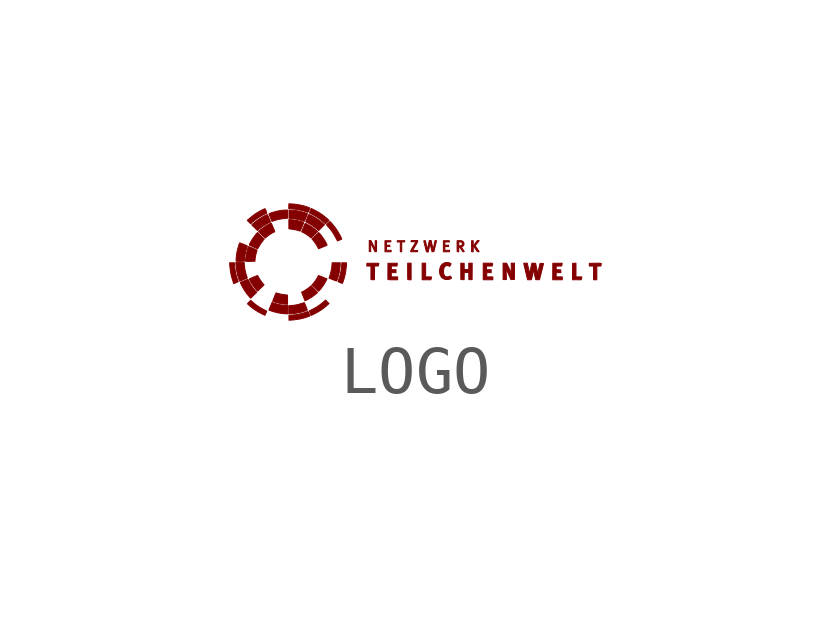
<source format=kicad_sym>
(kicad_symbol_lib
  (version 20220914)
  (generator "bitmap2component")
  (generator_version "9.0")
  (symbol "LOGO"
    (pin_names
      (offset 1.016))
    (property "Reference" "#G"
      (at 0 0.609 0)
      (effects (font (size 1.27 1.27)) hide))
    (symbol "LOGO_0_0"
      (polyline (pts (xy -2.668 -1.217) (xy -2.613 -1.212) (xy -2.539 -1.203) (xy -2.472 -1.192) (xy -2.41 -1.178) (xy -2.397 -1.174) (xy -2.379 -1.169) (xy -2.358 -1.162) (xy -2.336 -1.155) (xy -2.315 -1.148) (xy -2.296 -1.141) (xy -2.281 -1.135) (xy -2.271 -1.131) (xy -2.268 -1.129) (xy -2.269 -1.125) (xy -2.274 -1.114) (xy -2.28 -1.099) (xy -2.287 -1.081) (xy -2.293 -1.067) (xy -2.3 -1.051) (xy -2.305 -1.042) (xy -2.309 -1.038) (xy -2.313 -1.038) (xy -2.319 -1.04) (xy -2.332 -1.045) (xy -2.349 -1.051) (xy -2.369 -1.057) (xy -2.414 -1.072) (xy -2.486 -1.09) (xy -2.562 -1.104) (xy -2.644 -1.113) (xy -2.705 -1.118) (xy -2.705 -1.169) (xy -2.705 -1.219) (xy -2.668 -1.217)) (stroke (width 0.01) (type default)) (fill (type outline)))
      (polyline (pts (xy -2.229 -1.113) (xy -2.227 -1.113) (xy -2.216 -1.107) (xy -2.2 -1.1) (xy -2.181 -1.09) (xy -2.16 -1.08) (xy -2.152 -1.076) (xy -2.085 -1.037) (xy -2.018 -0.994) (xy -1.954 -0.946) (xy -1.897 -0.896) (xy -1.87 -0.871) (xy -1.906 -0.835) (xy -1.942 -0.799) (xy -1.984 -0.836) (xy -1.986 -0.838) (xy -2.03 -0.874) (xy -2.073 -0.906) (xy -2.116 -0.936) (xy -2.163 -0.964) (xy -2.215 -0.992) (xy -2.23 -0.999) (xy -2.249 -1.009) (xy -2.264 -1.017) (xy -2.275 -1.023) (xy -2.279 -1.025) (xy -2.278 -1.029) (xy -2.275 -1.04) (xy -2.269 -1.055) (xy -2.262 -1.073) (xy -2.244 -1.12) (xy -2.229 -1.113)) (stroke (width 0.01) (type default)) (fill (type outline)))
      (polyline (pts (xy -3.206 -1.114) (xy -3.201 -1.107) (xy -3.196 -1.094) (xy -3.189 -1.079) (xy -3.182 -1.063) (xy -3.176 -1.048) (xy -3.171 -1.037) (xy -3.17 -1.03) (xy -3.17 -1.03) (xy -3.174 -1.027) (xy -3.184 -1.021) (xy -3.197 -1.014) (xy -3.238 -0.994) (xy -3.29 -0.965) (xy -3.341 -0.933) (xy -3.392 -0.898) (xy -3.438 -0.862) (xy -3.478 -0.827) (xy -3.502 -0.804) (xy -3.536 -0.837) (xy -3.548 -0.849) (xy -3.559 -0.862) (xy -3.567 -0.871) (xy -3.57 -0.875) (xy -3.57 -0.876) (xy -3.566 -0.881) (xy -3.556 -0.891) (xy -3.541 -0.904) (xy -3.524 -0.919) (xy -3.504 -0.936) (xy -3.482 -0.953) (xy -3.461 -0.969) (xy -3.411 -1.005) (xy -3.345 -1.046) (xy -3.272 -1.085) (xy -3.259 -1.092) (xy -3.239 -1.102) (xy -3.223 -1.109) (xy -3.212 -1.114) (xy -3.207 -1.115) (xy -3.206 -1.114)) (stroke (width 0.01) (type default)) (fill (type outline)))
      (polyline (pts (xy -2.735 -0.999) (xy -2.735 -0.912) (xy -2.757 -0.912) (xy -2.78 -0.911) (xy -2.823 -0.907) (xy -2.87 -0.9) (xy -2.918 -0.891) (xy -2.966 -0.879) (xy -3.01 -0.866) (xy -3.058 -0.849) (xy -3.084 -0.909) (xy -3.091 -0.926) (xy -3.102 -0.952) (xy -3.11 -0.972) (xy -3.116 -0.987) (xy -3.12 -0.997) (xy -3.122 -1.003) (xy -3.122 -1.006) (xy -3.122 -1.008) (xy -3.121 -1.008) (xy -3.115 -1.012) (xy -3.101 -1.017) (xy -3.084 -1.023) (xy -3.063 -1.03) (xy -3.041 -1.037) (xy -3.018 -1.044) (xy -2.986 -1.052) (xy -2.927 -1.066) (xy -2.868 -1.076) (xy -2.812 -1.082) (xy -2.804 -1.083) (xy -2.784 -1.084) (xy -2.766 -1.085) (xy -2.753 -1.086) (xy -2.735 -1.086) (xy -2.735 -0.999)) (stroke (width 0.01) (type default)) (fill (type outline)))
      (polyline (pts (xy -2.662 -1.084) (xy -2.632 -1.082) (xy -2.592 -1.077) (xy -2.55 -1.071) (xy -2.508 -1.064) (xy -2.469 -1.056) (xy -2.436 -1.048) (xy -2.413 -1.041) (xy -2.387 -1.033) (xy -2.364 -1.025) (xy -2.345 -1.019) (xy -2.331 -1.013) (xy -2.325 -1.01) (xy -2.325 -1.005) (xy -2.328 -0.994) (xy -2.333 -0.977) (xy -2.342 -0.956) (xy -2.352 -0.93) (xy -2.353 -0.928) (xy -2.362 -0.904) (xy -2.371 -0.884) (xy -2.378 -0.868) (xy -2.382 -0.857) (xy -2.384 -0.853) (xy -2.384 -0.853) (xy -2.39 -0.854) (xy -2.401 -0.857) (xy -2.418 -0.862) (xy -2.438 -0.868) (xy -2.477 -0.88) (xy -2.511 -0.89) (xy -2.543 -0.897) (xy -2.575 -0.903) (xy -2.61 -0.908) (xy -2.651 -0.912) (xy -2.71 -0.917) (xy -2.71 -1.002) (xy -2.71 -1.087) (xy -2.662 -1.084)) (stroke (width 0.01) (type default)) (fill (type outline)))
      (polyline (pts (xy -2.735 -0.791) (xy -2.735 -0.695) (xy -2.751 -0.693) (xy -2.762 -0.692) (xy -2.779 -0.69) (xy -2.797 -0.688) (xy -2.826 -0.684) (xy -2.864 -0.677) (xy -2.902 -0.669) (xy -2.937 -0.659) (xy -2.943 -0.657) (xy -2.958 -0.653) (xy -2.969 -0.65) (xy -2.974 -0.65) (xy -2.974 -0.65) (xy -2.978 -0.657) (xy -2.984 -0.669) (xy -2.991 -0.687) (xy -3 -0.707) (xy -3.009 -0.73) (xy -3.018 -0.752) (xy -3.027 -0.774) (xy -3.034 -0.794) (xy -3.04 -0.81) (xy -3.044 -0.82) (xy -3.045 -0.825) (xy -3.042 -0.826) (xy -3.032 -0.83) (xy -3.018 -0.835) (xy -3 -0.842) (xy -2.994 -0.843) (xy -2.962 -0.853) (xy -2.924 -0.862) (xy -2.885 -0.87) (xy -2.846 -0.877) (xy -2.812 -0.881) (xy -2.808 -0.882) (xy -2.788 -0.883) (xy -2.769 -0.885) (xy -2.755 -0.885) (xy -2.735 -0.886) (xy -2.735 -0.791)) (stroke (width 0.01) (type default)) (fill (type outline)))
      (polyline (pts (xy -2.348 -0.802) (xy -2.322 -0.79) (xy -2.277 -0.766) (xy -2.228 -0.735) (xy -2.225 -0.733) (xy -2.207 -0.72) (xy -2.188 -0.706) (xy -2.168 -0.691) (xy -2.15 -0.676) (xy -2.134 -0.663) (xy -2.121 -0.651) (xy -2.112 -0.643) (xy -2.11 -0.639) (xy -2.111 -0.638) (xy -2.116 -0.631) (xy -2.126 -0.62) (xy -2.14 -0.605) (xy -2.157 -0.587) (xy -2.176 -0.567) (xy -2.242 -0.498) (xy -2.26 -0.515) (xy -2.275 -0.528) (xy -2.299 -0.547) (xy -2.326 -0.566) (xy -2.354 -0.585) (xy -2.382 -0.602) (xy -2.407 -0.616) (xy -2.427 -0.626) (xy -2.429 -0.626) (xy -2.438 -0.631) (xy -2.441 -0.634) (xy -2.441 -0.635) (xy -2.438 -0.643) (xy -2.433 -0.657) (xy -2.425 -0.676) (xy -2.416 -0.699) (xy -2.406 -0.725) (xy -2.371 -0.813) (xy -2.348 -0.802)) (stroke (width 0.01) (type default)) (fill (type outline)))
      (polyline (pts (xy -3.502 -0.758) (xy -3.498 -0.754) (xy -3.488 -0.745) (xy -3.475 -0.733) (xy -3.458 -0.716) (xy -3.44 -0.698) (xy -3.379 -0.638) (xy -3.411 -0.601) (xy -3.413 -0.599) (xy -3.464 -0.535) (xy -3.508 -0.468) (xy -3.544 -0.4) (xy -3.546 -0.394) (xy -3.554 -0.38) (xy -3.559 -0.372) (xy -3.564 -0.368) (xy -3.568 -0.368) (xy -3.571 -0.369) (xy -3.581 -0.373) (xy -3.596 -0.379) (xy -3.615 -0.387) (xy -3.637 -0.396) (xy -3.658 -0.405) (xy -3.678 -0.413) (xy -3.696 -0.421) (xy -3.708 -0.427) (xy -3.715 -0.43) (xy -3.716 -0.432) (xy -3.717 -0.436) (xy -3.715 -0.443) (xy -3.71 -0.455) (xy -3.702 -0.472) (xy -3.691 -0.495) (xy -3.685 -0.506) (xy -3.639 -0.588) (xy -3.586 -0.664) (xy -3.528 -0.734) (xy -3.525 -0.737) (xy -3.515 -0.748) (xy -3.507 -0.755) (xy -3.503 -0.758) (xy -3.502 -0.758)) (stroke (width 0.01) (type default)) (fill (type outline)))
      (polyline (pts (xy -3.36 -0.612) (xy -3.354 -0.606) (xy -3.343 -0.596) (xy -3.328 -0.582) (xy -3.311 -0.565) (xy -3.291 -0.546) (xy -3.224 -0.481) (xy -3.248 -0.455) (xy -3.274 -0.422) (xy -3.309 -0.373) (xy -3.338 -0.324) (xy -3.34 -0.32) (xy -3.349 -0.303) (xy -3.356 -0.293) (xy -3.361 -0.288) (xy -3.365 -0.287) (xy -3.373 -0.29) (xy -3.392 -0.298) (xy -3.414 -0.307) (xy -3.437 -0.316) (xy -3.461 -0.326) (xy -3.483 -0.336) (xy -3.502 -0.345) (xy -3.518 -0.352) (xy -3.528 -0.357) (xy -3.532 -0.36) (xy -3.532 -0.36) (xy -3.53 -0.367) (xy -3.524 -0.379) (xy -3.515 -0.396) (xy -3.506 -0.415) (xy -3.495 -0.434) (xy -3.494 -0.436) (xy -3.469 -0.475) (xy -3.44 -0.517) (xy -3.409 -0.557) (xy -3.396 -0.573) (xy -3.384 -0.588) (xy -3.375 -0.599) (xy -3.37 -0.605) (xy -3.365 -0.61) (xy -3.361 -0.612) (xy -3.36 -0.612)) (stroke (width 0.01) (type default)) (fill (type outline)))
      (polyline (pts (xy -2.081 -0.609) (xy -2.072 -0.6) (xy -2.059 -0.586) (xy -2.045 -0.569) (xy -2.03 -0.55) (xy -2.016 -0.531) (xy -2.002 -0.513) (xy -1.991 -0.496) (xy -1.987 -0.491) (xy -1.976 -0.474) (xy -1.964 -0.454) (xy -1.952 -0.433) (xy -1.94 -0.411) (xy -1.93 -0.392) (xy -1.921 -0.375) (xy -1.915 -0.363) (xy -1.913 -0.357) (xy -1.913 -0.356) (xy -1.917 -0.354) (xy -1.918 -0.353) (xy -1.925 -0.351) (xy -1.939 -0.346) (xy -1.958 -0.339) (xy -1.98 -0.33) (xy -2.005 -0.319) (xy -2.013 -0.316) (xy -2.037 -0.306) (xy -2.058 -0.298) (xy -2.075 -0.292) (xy -2.087 -0.288) (xy -2.092 -0.288) (xy -2.093 -0.288) (xy -2.096 -0.295) (xy -2.098 -0.302) (xy -2.104 -0.315) (xy -2.114 -0.333) (xy -2.127 -0.353) (xy -2.142 -0.376) (xy -2.157 -0.399) (xy -2.173 -0.42) (xy -2.188 -0.44) (xy -2.202 -0.457) (xy -2.213 -0.468) (xy -2.224 -0.479) (xy -2.157 -0.546) (xy -2.147 -0.556) (xy -2.129 -0.574) (xy -2.112 -0.59) (xy -2.099 -0.603) (xy -2.091 -0.611) (xy -2.087 -0.613) (xy -2.086 -0.613) (xy -2.081 -0.609)) (stroke (width 0.01) (type default)) (fill (type outline)))
      (polyline (pts (xy -3.81 -0.436) (xy -3.793 -0.429) (xy -3.778 -0.423) (xy -3.768 -0.418) (xy -3.763 -0.416) (xy -3.764 -0.414) (xy -3.766 -0.405) (xy -3.771 -0.392) (xy -3.777 -0.375) (xy -3.784 -0.356) (xy -3.8 -0.303) (xy -3.815 -0.244) (xy -3.826 -0.183) (xy -3.835 -0.12) (xy -3.841 -0.059) (xy -3.844 -0.021) (xy -3.893 -0.021) (xy -3.942 -0.021) (xy -3.939 -0.076) (xy -3.937 -0.105) (xy -3.927 -0.19) (xy -3.911 -0.277) (xy -3.888 -0.362) (xy -3.86 -0.444) (xy -3.856 -0.456) (xy -3.81 -0.436)) (stroke (width 0.01) (type default)) (fill (type outline)))
      (polyline (pts (xy -1.594 -0.451) (xy -1.59 -0.446) (xy -1.584 -0.433) (xy -1.577 -0.416) (xy -1.569 -0.394) (xy -1.561 -0.368) (xy -1.553 -0.341) (xy -1.545 -0.312) (xy -1.538 -0.284) (xy -1.532 -0.258) (xy -1.528 -0.238) (xy -1.522 -0.203) (xy -1.517 -0.164) (xy -1.512 -0.124) (xy -1.508 -0.087) (xy -1.505 -0.052) (xy -1.504 -0.025) (xy -1.507 -0.023) (xy -1.518 -0.022) (xy -1.533 -0.021) (xy -1.552 -0.021) (xy -1.601 -0.021) (xy -1.603 -0.035) (xy -1.604 -0.04) (xy -1.606 -0.054) (xy -1.606 -0.07) (xy -1.607 -0.09) (xy -1.61 -0.123) (xy -1.615 -0.159) (xy -1.621 -0.199) (xy -1.63 -0.238) (xy -1.639 -0.277) (xy -1.641 -0.287) (xy -1.645 -0.301) (xy -1.648 -0.313) (xy -1.652 -0.325) (xy -1.656 -0.337) (xy -1.662 -0.354) (xy -1.67 -0.376) (xy -1.674 -0.385) (xy -1.679 -0.4) (xy -1.682 -0.41) (xy -1.682 -0.415) (xy -1.68 -0.416) (xy -1.671 -0.42) (xy -1.657 -0.426) (xy -1.64 -0.433) (xy -1.628 -0.439) (xy -1.612 -0.445) (xy -1.601 -0.449) (xy -1.595 -0.451) (xy -1.594 -0.451)) (stroke (width 0.01) (type default)) (fill (type outline)))
      (polyline (pts (xy -3.73 -0.404) (xy -3.721 -0.401) (xy -3.707 -0.395) (xy -3.689 -0.388) (xy -3.669 -0.379) (xy -3.647 -0.37) (xy -3.626 -0.361) (xy -3.607 -0.353) (xy -3.591 -0.347) (xy -3.58 -0.342) (xy -3.576 -0.34) (xy -3.576 -0.338) (xy -3.578 -0.33) (xy -3.582 -0.317) (xy -3.588 -0.3) (xy -3.607 -0.236) (xy -3.626 -0.148) (xy -3.636 -0.059) (xy -3.639 -0.017) (xy -3.727 -0.017) (xy -3.814 -0.017) (xy -3.811 -0.059) (xy -3.805 -0.123) (xy -3.792 -0.209) (xy -3.772 -0.293) (xy -3.746 -0.374) (xy -3.744 -0.377) (xy -3.739 -0.391) (xy -3.734 -0.401) (xy -3.732 -0.405) (xy -3.73 -0.404)) (stroke (width 0.01) (type default)) (fill (type outline)))
      (polyline (pts (xy -1.713 -0.399) (xy -1.709 -0.395) (xy -1.705 -0.386) (xy -1.699 -0.372) (xy -1.692 -0.351) (xy -1.683 -0.324) (xy -1.678 -0.309) (xy -1.667 -0.267) (xy -1.657 -0.221) (xy -1.649 -0.173) (xy -1.642 -0.127) (xy -1.638 -0.084) (xy -1.636 -0.046) (xy -1.636 -0.021) (xy -1.72 -0.021) (xy -1.805 -0.021) (xy -1.808 -0.063) (xy -1.812 -0.11) (xy -1.821 -0.163) (xy -1.832 -0.218) (xy -1.846 -0.269) (xy -1.861 -0.316) (xy -1.865 -0.325) (xy -1.868 -0.336) (xy -1.868 -0.341) (xy -1.864 -0.343) (xy -1.853 -0.347) (xy -1.837 -0.354) (xy -1.817 -0.362) (xy -1.794 -0.371) (xy -1.774 -0.379) (xy -1.753 -0.388) (xy -1.735 -0.394) (xy -1.722 -0.398) (xy -1.716 -0.4) (xy -1.713 -0.399)) (stroke (width 0.01) (type default)) (fill (type outline)))
      (polyline (pts (xy -0.958 -0.374) (xy -0.922 -0.373) (xy -0.921 -0.231) (xy -0.92 -0.09) (xy -0.881 -0.088) (xy -0.842 -0.087) (xy -0.837 -0.062) (xy -0.834 -0.05) (xy -0.832 -0.038) (xy -0.831 -0.033) (xy -0.831 -0.033) (xy -0.838 -0.032) (xy -0.851 -0.031) (xy -0.871 -0.031) (xy -0.895 -0.031) (xy -0.924 -0.031) (xy -0.955 -0.031) (xy -1.08 -0.032) (xy -1.081 -0.061) (xy -1.083 -0.089) (xy -1.039 -0.089) (xy -0.995 -0.089) (xy -0.996 -0.227) (xy -0.996 -0.246) (xy -0.996 -0.278) (xy -0.996 -0.307) (xy -0.996 -0.332) (xy -0.996 -0.351) (xy -0.996 -0.364) (xy -0.995 -0.369) (xy -0.994 -0.371) (xy -0.988 -0.373) (xy -0.976 -0.374) (xy -0.958 -0.374)) (stroke (width 0.01) (type default)) (fill (type outline)))
      (polyline (pts (xy -0.439 -0.345) (xy -0.439 -0.315) (xy -0.505 -0.315) (xy -0.571 -0.315) (xy -0.571 -0.271) (xy -0.571 -0.226) (xy -0.522 -0.226) (xy -0.473 -0.226) (xy -0.473 -0.196) (xy -0.473 -0.166) (xy -0.522 -0.166) (xy -0.571 -0.166) (xy -0.571 -0.128) (xy -0.571 -0.089) (xy -0.512 -0.089) (xy -0.453 -0.089) (xy -0.45 -0.073) (xy -0.45 -0.073) (xy -0.448 -0.058) (xy -0.447 -0.044) (xy -0.447 -0.03) (xy -0.544 -0.031) (xy -0.641 -0.032) (xy -0.642 -0.198) (xy -0.642 -0.207) (xy -0.642 -0.243) (xy -0.643 -0.277) (xy -0.642 -0.307) (xy -0.642 -0.332) (xy -0.642 -0.351) (xy -0.642 -0.364) (xy -0.641 -0.369) (xy -0.641 -0.37) (xy -0.638 -0.371) (xy -0.631 -0.373) (xy -0.618 -0.374) (xy -0.599 -0.374) (xy -0.573 -0.375) (xy -0.539 -0.375) (xy -0.439 -0.375) (xy -0.439 -0.345)) (stroke (width 0.01) (type default)) (fill (type outline)))
      (polyline (pts (xy -0.158 -0.202) (xy -0.158 -0.03) (xy -0.194 -0.03) (xy -0.23 -0.03) (xy -0.23 -0.2) (xy -0.23 -0.212) (xy -0.23 -0.248) (xy -0.23 -0.282) (xy -0.229 -0.311) (xy -0.229 -0.336) (xy -0.228 -0.355) (xy -0.228 -0.367) (xy -0.227 -0.372) (xy -0.227 -0.372) (xy -0.22 -0.374) (xy -0.207 -0.374) (xy -0.191 -0.375) (xy -0.158 -0.375) (xy -0.158 -0.202)) (stroke (width 0.01) (type default)) (fill (type outline)))
      (polyline (pts (xy 0.258 -0.363) (xy 0.258 -0.363) (xy 0.261 -0.35) (xy 0.265 -0.337) (xy 0.265 -0.335) (xy 0.267 -0.324) (xy 0.268 -0.318) (xy 0.268 -0.318) (xy 0.26 -0.317) (xy 0.247 -0.316) (xy 0.228 -0.315) (xy 0.207 -0.315) (xy 0.145 -0.315) (xy 0.145 -0.172) (xy 0.145 -0.03) (xy 0.109 -0.03) (xy 0.072 -0.03) (xy 0.072 -0.202) (xy 0.072 -0.375) (xy 0.164 -0.375) (xy 0.255 -0.375) (xy 0.258 -0.363)) (stroke (width 0.01) (type default)) (fill (type outline)))
      (polyline (pts (xy 0.948 -0.373) (xy 0.949 -0.297) (xy 0.95 -0.222) (xy 0.997 -0.222) (xy 1.044 -0.222) (xy 1.045 -0.297) (xy 1.046 -0.373) (xy 1.08 -0.372) (xy 1.114 -0.372) (xy 1.115 -0.201) (xy 1.116 -0.03) (xy 1.08 -0.03) (xy 1.044 -0.03) (xy 1.044 -0.097) (xy 1.044 -0.164) (xy 0.997 -0.163) (xy 0.95 -0.161) (xy 0.949 -0.097) (xy 0.948 -0.032) (xy 0.913 -0.031) (xy 0.878 -0.029) (xy 0.878 -0.199) (xy 0.878 -0.212) (xy 0.878 -0.248) (xy 0.878 -0.281) (xy 0.878 -0.311) (xy 0.878 -0.336) (xy 0.879 -0.354) (xy 0.879 -0.367) (xy 0.88 -0.371) (xy 0.88 -0.371) (xy 0.887 -0.372) (xy 0.899 -0.373) (xy 0.915 -0.373) (xy 0.948 -0.373)) (stroke (width 0.01) (type default)) (fill (type outline)))
      (polyline (pts (xy 1.546 -0.345) (xy 1.546 -0.315) (xy 1.483 -0.315) (xy 1.419 -0.315) (xy 1.419 -0.271) (xy 1.419 -0.226) (xy 1.466 -0.226) (xy 1.512 -0.226) (xy 1.512 -0.196) (xy 1.512 -0.166) (xy 1.463 -0.166) (xy 1.414 -0.166) (xy 1.414 -0.128) (xy 1.414 -0.089) (xy 1.474 -0.089) (xy 1.533 -0.089) (xy 1.538 -0.068) (xy 1.538 -0.065) (xy 1.541 -0.054) (xy 1.542 -0.045) (xy 1.542 -0.039) (xy 1.538 -0.034) (xy 1.531 -0.032) (xy 1.519 -0.03) (xy 1.501 -0.03) (xy 1.476 -0.03) (xy 1.444 -0.03) (xy 1.346 -0.03) (xy 1.346 -0.202) (xy 1.346 -0.375) (xy 1.446 -0.375) (xy 1.546 -0.375) (xy 1.546 -0.345)) (stroke (width 0.01) (type default)) (fill (type outline)))
      (polyline (pts (xy 2.331 -0.375) (xy 2.342 -0.374) (xy 2.349 -0.373) (xy 2.352 -0.37) (xy 2.354 -0.365) (xy 2.358 -0.346) (xy 2.365 -0.313) (xy 2.37 -0.287) (xy 2.374 -0.265) (xy 2.378 -0.246) (xy 2.381 -0.229) (xy 2.384 -0.211) (xy 2.387 -0.196) (xy 2.39 -0.181) (xy 2.393 -0.17) (xy 2.394 -0.166) (xy 2.396 -0.168) (xy 2.398 -0.175) (xy 2.4 -0.187) (xy 2.402 -0.197) (xy 2.405 -0.215) (xy 2.41 -0.238) (xy 2.416 -0.266) (xy 2.423 -0.298) (xy 2.431 -0.331) (xy 2.439 -0.365) (xy 2.439 -0.366) (xy 2.441 -0.37) (xy 2.444 -0.373) (xy 2.45 -0.374) (xy 2.462 -0.374) (xy 2.48 -0.374) (xy 2.519 -0.373) (xy 2.561 -0.209) (xy 2.564 -0.198) (xy 2.573 -0.162) (xy 2.581 -0.13) (xy 2.588 -0.101) (xy 2.594 -0.076) (xy 2.599 -0.057) (xy 2.602 -0.044) (xy 2.603 -0.039) (xy 2.603 -0.038) (xy 2.598 -0.036) (xy 2.586 -0.035) (xy 2.567 -0.034) (xy 2.531 -0.034) (xy 2.527 -0.05) (xy 2.525 -0.055) (xy 2.521 -0.072) (xy 2.516 -0.095) (xy 2.51 -0.12) (xy 2.505 -0.147) (xy 2.499 -0.172) (xy 2.495 -0.196) (xy 2.491 -0.215) (xy 2.49 -0.227) (xy 2.488 -0.238) (xy 2.486 -0.248) (xy 2.484 -0.254) (xy 2.482 -0.252) (xy 2.48 -0.245) (xy 2.478 -0.233) (xy 2.476 -0.221) (xy 2.473 -0.202) (xy 2.468 -0.18) (xy 2.464 -0.158) (xy 2.46 -0.137) (xy 2.454 -0.112) (xy 2.45 -0.087) (xy 2.446 -0.068) (xy 2.438 -0.032) (xy 2.4 -0.031) (xy 2.361 -0.029) (xy 2.352 -0.069) (xy 2.346 -0.093) (xy 2.339 -0.125) (xy 2.333 -0.156) (xy 2.326 -0.185) (xy 2.321 -0.211) (xy 2.317 -0.231) (xy 2.315 -0.245) (xy 2.314 -0.253) (xy 2.312 -0.26) (xy 2.311 -0.26) (xy 2.311 -0.259) (xy 2.309 -0.25) (xy 2.307 -0.236) (xy 2.305 -0.219) (xy 2.303 -0.209) (xy 2.299 -0.189) (xy 2.294 -0.164) (xy 2.289 -0.137) (xy 2.283 -0.11) (xy 2.278 -0.086) (xy 2.273 -0.065) (xy 2.27 -0.048) (xy 2.267 -0.036) (xy 2.267 -0.032) (xy 2.265 -0.031) (xy 2.258 -0.03) (xy 2.245 -0.03) (xy 2.228 -0.03) (xy 2.22 -0.03) (xy 2.204 -0.03) (xy 2.194 -0.031) (xy 2.19 -0.032) (xy 2.19 -0.033) (xy 2.191 -0.036) (xy 2.192 -0.042) (xy 2.194 -0.051) (xy 2.197 -0.065) (xy 2.202 -0.083) (xy 2.207 -0.107) (xy 2.215 -0.138) (xy 2.224 -0.175) (xy 2.234 -0.219) (xy 2.239 -0.239) (xy 2.246 -0.267) (xy 2.252 -0.294) (xy 2.258 -0.318) (xy 2.262 -0.336) (xy 2.272 -0.375) (xy 2.312 -0.375) (xy 2.312 -0.375) (xy 2.331 -0.375)) (stroke (width 0.01) (type default)) (fill (type outline)))
      (polyline (pts (xy 2.995 -0.345) (xy 2.995 -0.315) (xy 2.931 -0.315) (xy 2.867 -0.315) (xy 2.867 -0.271) (xy 2.867 -0.226) (xy 2.916 -0.226) (xy 2.966 -0.226) (xy 2.964 -0.197) (xy 2.963 -0.168) (xy 2.915 -0.167) (xy 2.867 -0.166) (xy 2.867 -0.128) (xy 2.867 -0.089) (xy 2.924 -0.089) (xy 2.93 -0.089) (xy 2.95 -0.089) (xy 2.967 -0.088) (xy 2.979 -0.087) (xy 2.984 -0.086) (xy 2.985 -0.082) (xy 2.987 -0.071) (xy 2.989 -0.056) (xy 2.992 -0.03) (xy 2.894 -0.031) (xy 2.797 -0.032) (xy 2.796 -0.203) (xy 2.795 -0.375) (xy 2.895 -0.375) (xy 2.995 -0.375) (xy 2.995 -0.345)) (stroke (width 0.01) (type default)) (fill (type outline)))
      (polyline (pts (xy 3.397 -0.347) (xy 3.401 -0.333) (xy 3.403 -0.323) (xy 3.404 -0.318) (xy 3.403 -0.317) (xy 3.396 -0.316) (xy 3.382 -0.316) (xy 3.364 -0.315) (xy 3.342 -0.315) (xy 3.28 -0.315) (xy 3.28 -0.172) (xy 3.28 -0.029) (xy 3.245 -0.031) (xy 3.21 -0.032) (xy 3.209 -0.203) (xy 3.208 -0.375) (xy 3.299 -0.375) (xy 3.39 -0.375) (xy 3.397 -0.347)) (stroke (width 0.01) (type default)) (fill (type outline)))
      (polyline (pts (xy 3.715 -0.232) (xy 3.715 -0.089) (xy 3.757 -0.089) (xy 3.799 -0.089) (xy 3.804 -0.068) (xy 3.805 -0.063) (xy 3.807 -0.053) (xy 3.809 -0.045) (xy 3.809 -0.04) (xy 3.806 -0.035) (xy 3.799 -0.033) (xy 3.788 -0.031) (xy 3.772 -0.03) (xy 3.75 -0.03) (xy 3.721 -0.03) (xy 3.684 -0.031) (xy 3.559 -0.032) (xy 3.558 -0.061) (xy 3.557 -0.089) (xy 3.602 -0.089) (xy 3.647 -0.089) (xy 3.647 -0.232) (xy 3.647 -0.375) (xy 3.681 -0.375) (xy 3.715 -0.375) (xy 3.715 -0.232)) (stroke (width 0.01) (type default)) (fill (type outline)))
      (polyline (pts (xy 0.621 -0.368) (xy 0.645 -0.363) (xy 0.665 -0.355) (xy 0.679 -0.345) (xy 0.683 -0.341) (xy 0.684 -0.336) (xy 0.681 -0.329) (xy 0.673 -0.319) (xy 0.667 -0.311) (xy 0.66 -0.303) (xy 0.657 -0.298) (xy 0.656 -0.298) (xy 0.65 -0.301) (xy 0.639 -0.306) (xy 0.638 -0.307) (xy 0.618 -0.314) (xy 0.595 -0.316) (xy 0.573 -0.313) (xy 0.555 -0.306) (xy 0.541 -0.293) (xy 0.53 -0.273) (xy 0.522 -0.247) (xy 0.518 -0.217) (xy 0.518 -0.183) (xy 0.521 -0.158) (xy 0.528 -0.129) (xy 0.54 -0.106) (xy 0.556 -0.09) (xy 0.577 -0.081) (xy 0.59 -0.079) (xy 0.614 -0.081) (xy 0.638 -0.092) (xy 0.641 -0.094) (xy 0.645 -0.095) (xy 0.649 -0.092) (xy 0.655 -0.084) (xy 0.663 -0.07) (xy 0.667 -0.061) (xy 0.673 -0.05) (xy 0.675 -0.044) (xy 0.674 -0.04) (xy 0.67 -0.036) (xy 0.656 -0.028) (xy 0.634 -0.021) (xy 0.61 -0.017) (xy 0.585 -0.016) (xy 0.571 -0.017) (xy 0.538 -0.024) (xy 0.508 -0.039) (xy 0.483 -0.06) (xy 0.462 -0.087) (xy 0.447 -0.12) (xy 0.438 -0.158) (xy 0.434 -0.199) (xy 0.434 -0.199) (xy 0.438 -0.241) (xy 0.45 -0.278) (xy 0.469 -0.312) (xy 0.474 -0.32) (xy 0.491 -0.337) (xy 0.511 -0.351) (xy 0.536 -0.362) (xy 0.546 -0.366) (xy 0.57 -0.37) (xy 0.595 -0.37) (xy 0.621 -0.368)) (stroke (width 0.01) (type default)) (fill (type outline)))
      (polyline (pts (xy 1.959 -0.37) (xy 1.996 -0.368) (xy 1.997 -0.199) (xy 1.998 -0.03) (xy 1.963 -0.03) (xy 1.929 -0.03) (xy 1.931 -0.136) (xy 1.931 -0.16) (xy 1.932 -0.187) (xy 1.932 -0.21) (xy 1.932 -0.227) (xy 1.932 -0.239) (xy 1.932 -0.243) (xy 1.931 -0.242) (xy 1.929 -0.237) (xy 1.925 -0.227) (xy 1.924 -0.223) (xy 1.919 -0.211) (xy 1.911 -0.194) (xy 1.901 -0.172) (xy 1.89 -0.147) (xy 1.877 -0.12) (xy 1.834 -0.03) (xy 1.797 -0.03) (xy 1.76 -0.03) (xy 1.76 -0.2) (xy 1.76 -0.371) (xy 1.794 -0.371) (xy 1.829 -0.371) (xy 1.826 -0.272) (xy 1.825 -0.257) (xy 1.825 -0.228) (xy 1.823 -0.203) (xy 1.822 -0.181) (xy 1.821 -0.165) (xy 1.821 -0.155) (xy 1.82 -0.151) (xy 1.819 -0.143) (xy 1.82 -0.141) (xy 1.82 -0.141) (xy 1.823 -0.147) (xy 1.829 -0.16) (xy 1.838 -0.178) (xy 1.848 -0.201) (xy 1.86 -0.228) (xy 1.873 -0.257) (xy 1.923 -0.371) (xy 1.959 -0.37)) (stroke (width 0.01) (type default)) (fill (type outline)))
      (polyline (pts (xy -3.749 0.009) (xy -3.72 0.009) (xy -3.636 0.011) (xy -3.635 0.034) (xy -3.635 0.035) (xy -3.631 0.088) (xy -3.622 0.144) (xy -3.611 0.202) (xy -3.596 0.256) (xy -3.579 0.306) (xy -3.576 0.316) (xy -3.573 0.325) (xy -3.574 0.329) (xy -3.578 0.332) (xy -3.583 0.335) (xy -3.598 0.342) (xy -3.617 0.35) (xy -3.638 0.359) (xy -3.66 0.368) (xy -3.681 0.376) (xy -3.701 0.384) (xy -3.716 0.389) (xy -3.728 0.393) (xy -3.732 0.394) (xy -3.736 0.388) (xy -3.742 0.374) (xy -3.749 0.354) (xy -3.756 0.33) (xy -3.764 0.303) (xy -3.772 0.274) (xy -3.78 0.244) (xy -3.786 0.216) (xy -3.792 0.19) (xy -3.793 0.179) (xy -3.797 0.157) (xy -3.8 0.132) (xy -3.803 0.106) (xy -3.805 0.081) (xy -3.807 0.057) (xy -3.808 0.037) (xy -3.808 0.023) (xy -3.807 0.016) (xy -3.806 0.013) (xy -3.803 0.011) (xy -3.797 0.01) (xy -3.786 0.009) (xy -3.771 0.009) (xy -3.749 0.009)) (stroke (width 0.01) (type default)) (fill (type outline)))
      (polyline (pts (xy -3.511 0.009) (xy -3.415 0.011) (xy -3.412 0.052) (xy -3.407 0.096) (xy -3.398 0.142) (xy -3.385 0.192) (xy -3.383 0.198) (xy -3.378 0.215) (xy -3.374 0.229) (xy -3.371 0.237) (xy -3.371 0.238) (xy -3.372 0.241) (xy -3.374 0.244) (xy -3.38 0.248) (xy -3.391 0.254) (xy -3.406 0.261) (xy -3.427 0.27) (xy -3.456 0.282) (xy -3.467 0.286) (xy -3.491 0.296) (xy -3.513 0.305) (xy -3.53 0.311) (xy -3.541 0.316) (xy -3.546 0.317) (xy -3.547 0.317) (xy -3.552 0.31) (xy -3.558 0.297) (xy -3.564 0.278) (xy -3.572 0.254) (xy -3.579 0.226) (xy -3.587 0.196) (xy -3.594 0.164) (xy -3.594 0.164) (xy -3.598 0.144) (xy -3.601 0.121) (xy -3.604 0.097) (xy -3.607 0.073) (xy -3.609 0.051) (xy -3.611 0.032) (xy -3.611 0.018) (xy -3.61 0.012) (xy -3.608 0.011) (xy -3.6 0.01) (xy -3.585 0.01) (xy -3.564 0.009) (xy -3.539 0.009) (xy -3.511 0.009)) (stroke (width 0.01) (type default)) (fill (type outline)))
      (polyline (pts (xy 0.187 0.205) (xy 0.196 0.205) (xy 0.2 0.206) (xy 0.2 0.207) (xy 0.202 0.214) (xy 0.204 0.228) (xy 0.208 0.246) (xy 0.213 0.267) (xy 0.213 0.269) (xy 0.218 0.294) (xy 0.223 0.32) (xy 0.227 0.342) (xy 0.23 0.359) (xy 0.231 0.363) (xy 0.234 0.378) (xy 0.236 0.388) (xy 0.237 0.391) (xy 0.237 0.389) (xy 0.24 0.38) (xy 0.243 0.365) (xy 0.247 0.347) (xy 0.249 0.335) (xy 0.255 0.309) (xy 0.261 0.282) (xy 0.267 0.257) (xy 0.278 0.208) (xy 0.297 0.21) (xy 0.317 0.211) (xy 0.322 0.234) (xy 0.323 0.236) (xy 0.326 0.248) (xy 0.33 0.267) (xy 0.336 0.29) (xy 0.342 0.317) (xy 0.349 0.345) (xy 0.351 0.352) (xy 0.357 0.378) (xy 0.363 0.4) (xy 0.367 0.419) (xy 0.37 0.431) (xy 0.371 0.437) (xy 0.367 0.442) (xy 0.356 0.443) (xy 0.351 0.443) (xy 0.343 0.44) (xy 0.339 0.433) (xy 0.339 0.431) (xy 0.336 0.418) (xy 0.332 0.4) (xy 0.327 0.378) (xy 0.323 0.354) (xy 0.318 0.33) (xy 0.314 0.309) (xy 0.311 0.292) (xy 0.309 0.281) (xy 0.308 0.276) (xy 0.305 0.264) (xy 0.303 0.257) (xy 0.301 0.259) (xy 0.298 0.268) (xy 0.294 0.283) (xy 0.289 0.303) (xy 0.284 0.327) (xy 0.28 0.348) (xy 0.274 0.373) (xy 0.27 0.395) (xy 0.266 0.412) (xy 0.264 0.423) (xy 0.259 0.443) (xy 0.24 0.443) (xy 0.235 0.443) (xy 0.225 0.442) (xy 0.222 0.441) (xy 0.221 0.441) (xy 0.22 0.433) (xy 0.217 0.419) (xy 0.213 0.4) (xy 0.208 0.377) (xy 0.203 0.351) (xy 0.201 0.342) (xy 0.195 0.316) (xy 0.19 0.293) (xy 0.186 0.274) (xy 0.183 0.26) (xy 0.182 0.254) (xy 0.181 0.253) (xy 0.178 0.259) (xy 0.175 0.271) (xy 0.174 0.278) (xy 0.17 0.295) (xy 0.166 0.317) (xy 0.16 0.342) (xy 0.155 0.367) (xy 0.139 0.439) (xy 0.123 0.439) (xy 0.12 0.439) (xy 0.11 0.438) (xy 0.106 0.435) (xy 0.107 0.43) (xy 0.11 0.418) (xy 0.114 0.401) (xy 0.119 0.379) (xy 0.125 0.354) (xy 0.132 0.328) (xy 0.138 0.301) (xy 0.144 0.276) (xy 0.15 0.253) (xy 0.155 0.234) (xy 0.158 0.22) (xy 0.16 0.212) (xy 0.162 0.209) (xy 0.169 0.205) (xy 0.181 0.204) (xy 0.187 0.205)) (stroke (width 0.01) (type default)) (fill (type outline)))
      (polyline (pts (xy -0.895 0.21) (xy -0.88 0.211) (xy -0.879 0.325) (xy -0.877 0.439) (xy -0.892 0.439) (xy -0.907 0.439) (xy -0.908 0.348) (xy -0.908 0.258) (xy -0.918 0.281) (xy -0.921 0.29) (xy -0.929 0.306) (xy -0.939 0.327) (xy -0.95 0.35) (xy -0.962 0.374) (xy -0.997 0.443) (xy -1.014 0.443) (xy -1.031 0.443) (xy -1.031 0.328) (xy -1.031 0.213) (xy -1.016 0.213) (xy -1 0.213) (xy -1.002 0.305) (xy -1.002 0.315) (xy -1.002 0.341) (xy -1.003 0.363) (xy -1.003 0.381) (xy -1.003 0.392) (xy -1.003 0.396) (xy -1.002 0.394) (xy -0.997 0.385) (xy -0.99 0.371) (xy -0.98 0.351) (xy -0.969 0.328) (xy -0.956 0.302) (xy -0.91 0.208) (xy -0.895 0.21)) (stroke (width 0.01) (type default)) (fill (type outline)))
      (polyline (pts (xy -0.575 0.224) (xy -0.575 0.239) (xy -0.624 0.239) (xy -0.673 0.239) (xy -0.672 0.278) (xy -0.671 0.317) (xy -0.636 0.317) (xy -0.601 0.317) (xy -0.601 0.331) (xy -0.601 0.345) (xy -0.637 0.345) (xy -0.673 0.345) (xy -0.673 0.379) (xy -0.673 0.413) (xy -0.627 0.414) (xy -0.582 0.415) (xy -0.58 0.427) (xy -0.579 0.439) (xy -0.641 0.439) (xy -0.703 0.439) (xy -0.703 0.324) (xy -0.703 0.209) (xy -0.639 0.209) (xy -0.575 0.209) (xy -0.575 0.224)) (stroke (width 0.01) (type default)) (fill (type outline)))
      (polyline (pts (xy -0.354 0.311) (xy -0.354 0.413) (xy -0.324 0.413) (xy -0.323 0.413) (xy -0.308 0.414) (xy -0.298 0.415) (xy -0.294 0.416) (xy -0.293 0.42) (xy -0.291 0.429) (xy -0.289 0.439) (xy -0.368 0.439) (xy -0.447 0.439) (xy -0.447 0.426) (xy -0.447 0.413) (xy -0.415 0.413) (xy -0.383 0.413) (xy -0.383 0.311) (xy -0.383 0.209) (xy -0.368 0.209) (xy -0.354 0.209) (xy -0.354 0.311)) (stroke (width 0.01) (type default)) (fill (type outline)))
      (polyline (pts (xy -0.023 0.222) (xy -0.018 0.234) (xy -0.073 0.235) (xy -0.128 0.236) (xy -0.118 0.251) (xy -0.113 0.259) (xy -0.104 0.273) (xy -0.094 0.29) (xy -0.083 0.309) (xy -0.076 0.322) (xy -0.063 0.344) (xy -0.05 0.365) (xy -0.04 0.383) (xy -0.034 0.393) (xy -0.025 0.413) (xy -0.021 0.428) (xy -0.021 0.443) (xy -0.087 0.443) (xy -0.154 0.443) (xy -0.158 0.432) (xy -0.161 0.424) (xy -0.162 0.419) (xy -0.162 0.419) (xy -0.157 0.419) (xy -0.146 0.418) (xy -0.129 0.418) (xy -0.109 0.417) (xy -0.056 0.417) (xy -0.111 0.327) (xy -0.121 0.311) (xy -0.138 0.282) (xy -0.151 0.259) (xy -0.159 0.241) (xy -0.165 0.23) (xy -0.166 0.222) (xy -0.166 0.209) (xy -0.097 0.209) (xy -0.027 0.209) (xy -0.023 0.222)) (stroke (width 0.01) (type default)) (fill (type outline)))
      (polyline (pts (xy 0.643 0.224) (xy 0.643 0.239) (xy 0.594 0.239) (xy 0.545 0.239) (xy 0.546 0.278) (xy 0.547 0.317) (xy 0.585 0.317) (xy 0.622 0.317) (xy 0.622 0.331) (xy 0.622 0.345) (xy 0.584 0.345) (xy 0.545 0.345) (xy 0.545 0.379) (xy 0.545 0.413) (xy 0.592 0.413) (xy 0.639 0.413) (xy 0.639 0.426) (xy 0.639 0.439) (xy 0.577 0.439) (xy 0.515 0.439) (xy 0.515 0.324) (xy 0.515 0.209) (xy 0.579 0.209) (xy 0.643 0.209) (xy 0.643 0.224)) (stroke (width 0.01) (type default)) (fill (type outline)))
      (polyline (pts (xy 0.835 0.26) (xy 0.835 0.263) (xy 0.835 0.284) (xy 0.836 0.298) (xy 0.837 0.306) (xy 0.839 0.31) (xy 0.842 0.311) (xy 0.845 0.31) (xy 0.855 0.303) (xy 0.868 0.289) (xy 0.882 0.27) (xy 0.897 0.245) (xy 0.9 0.241) (xy 0.909 0.226) (xy 0.915 0.216) (xy 0.921 0.211) (xy 0.926 0.209) (xy 0.934 0.209) (xy 0.937 0.209) (xy 0.946 0.21) (xy 0.95 0.211) (xy 0.949 0.214) (xy 0.945 0.222) (xy 0.937 0.235) (xy 0.927 0.25) (xy 0.916 0.265) (xy 0.906 0.28) (xy 0.897 0.292) (xy 0.891 0.299) (xy 0.88 0.311) (xy 0.891 0.311) (xy 0.899 0.312) (xy 0.914 0.32) (xy 0.928 0.331) (xy 0.939 0.345) (xy 0.943 0.355) (xy 0.945 0.377) (xy 0.941 0.398) (xy 0.93 0.417) (xy 0.913 0.431) (xy 0.91 0.433) (xy 0.902 0.436) (xy 0.893 0.438) (xy 0.88 0.439) (xy 0.863 0.44) (xy 0.838 0.44) (xy 0.801 0.439) (xy 0.801 0.376) (xy 0.835 0.376) (xy 0.835 0.419) (xy 0.861 0.416) (xy 0.88 0.413) (xy 0.897 0.406) (xy 0.908 0.396) (xy 0.911 0.381) (xy 0.908 0.361) (xy 0.906 0.356) (xy 0.899 0.345) (xy 0.888 0.338) (xy 0.885 0.337) (xy 0.87 0.334) (xy 0.854 0.332) (xy 0.835 0.332) (xy 0.835 0.376) (xy 0.801 0.376) (xy 0.801 0.327) (xy 0.801 0.298) (xy 0.801 0.271) (xy 0.802 0.247) (xy 0.802 0.229) (xy 0.803 0.216) (xy 0.804 0.212) (xy 0.804 0.211) (xy 0.81 0.21) (xy 0.821 0.209) (xy 0.835 0.209) (xy 0.835 0.26)) (stroke (width 0.01) (type default)) (fill (type outline)))
      (polyline (pts (xy 1.137 0.324) (xy 1.137 0.439) (xy 1.12 0.439) (xy 1.103 0.439) (xy 1.103 0.324) (xy 1.103 0.209) (xy 1.12 0.209) (xy 1.137 0.209) (xy 1.137 0.324)) (stroke (width 0.01) (type default)) (fill (type outline)))
      (polyline (pts (xy 1.248 0.209) (xy 1.257 0.21) (xy 1.261 0.212) (xy 1.259 0.215) (xy 1.254 0.224) (xy 1.244 0.238) (xy 1.232 0.255) (xy 1.219 0.275) (xy 1.177 0.334) (xy 1.219 0.386) (xy 1.228 0.397) (xy 1.241 0.414) (xy 1.252 0.427) (xy 1.258 0.437) (xy 1.261 0.441) (xy 1.26 0.442) (xy 1.253 0.443) (xy 1.241 0.442) (xy 1.221 0.441) (xy 1.181 0.386) (xy 1.141 0.331) (xy 1.176 0.28) (xy 1.181 0.273) (xy 1.194 0.254) (xy 1.205 0.238) (xy 1.213 0.225) (xy 1.218 0.218) (xy 1.221 0.215) (xy 1.229 0.21) (xy 1.243 0.209) (xy 1.248 0.209)) (stroke (width 0.01) (type default)) (fill (type outline)))
      (polyline (pts (xy -3.358 0.274) (xy -3.353 0.28) (xy -3.346 0.291) (xy -3.338 0.306) (xy -3.324 0.331) (xy -3.3 0.369) (xy -3.274 0.407) (xy -3.247 0.442) (xy -3.221 0.472) (xy -3.29 0.541) (xy -3.359 0.609) (xy -3.371 0.597) (xy -3.384 0.584) (xy -3.399 0.566) (xy -3.417 0.544) (xy -3.435 0.519) (xy -3.453 0.494) (xy -3.469 0.471) (xy -3.478 0.456) (xy -3.491 0.434) (xy -3.504 0.412) (xy -3.515 0.392) (xy -3.524 0.374) (xy -3.53 0.36) (xy -3.532 0.352) (xy -3.532 0.352) (xy -3.527 0.348) (xy -3.516 0.342) (xy -3.498 0.333) (xy -3.475 0.322) (xy -3.448 0.31) (xy -3.438 0.306) (xy -3.414 0.295) (xy -3.393 0.286) (xy -3.376 0.279) (xy -3.364 0.275) (xy -3.359 0.273) (xy -3.358 0.274)) (stroke (width 0.01) (type default)) (fill (type outline)))
      (polyline (pts (xy -2.087 0.273) (xy -2.081 0.275) (xy -2.069 0.28) (xy -2.051 0.286) (xy -2.031 0.295) (xy -2.009 0.304) (xy -1.986 0.313) (xy -1.963 0.322) (xy -1.944 0.331) (xy -1.927 0.337) (xy -1.916 0.342) (xy -1.912 0.344) (xy -1.912 0.349) (xy -1.915 0.36) (xy -1.922 0.376) (xy -1.932 0.395) (xy -1.944 0.418) (xy -1.957 0.441) (xy -1.965 0.453) (xy -1.983 0.48) (xy -2.003 0.509) (xy -2.024 0.538) (xy -2.045 0.564) (xy -2.063 0.585) (xy -2.085 0.609) (xy -2.155 0.541) (xy -2.224 0.473) (xy -2.2 0.447) (xy -2.195 0.441) (xy -2.176 0.416) (xy -2.156 0.388) (xy -2.136 0.358) (xy -2.118 0.329) (xy -2.105 0.303) (xy -2.103 0.299) (xy -2.096 0.286) (xy -2.09 0.276) (xy -2.088 0.273) (xy -2.087 0.273)) (stroke (width 0.01) (type default)) (fill (type outline)))
      (polyline (pts (xy -1.691 0.436) (xy -1.681 0.439) (xy -1.667 0.445) (xy -1.651 0.452) (xy -1.635 0.459) (xy -1.621 0.465) (xy -1.61 0.469) (xy -1.605 0.472) (xy -1.605 0.477) (xy -1.609 0.488) (xy -1.617 0.504) (xy -1.627 0.525) (xy -1.639 0.549) (xy -1.653 0.574) (xy -1.669 0.601) (xy -1.685 0.628) (xy -1.7 0.654) (xy -1.716 0.677) (xy -1.716 0.678) (xy -1.731 0.699) (xy -1.748 0.721) (xy -1.766 0.745) (xy -1.785 0.768) (xy -1.802 0.789) (xy -1.819 0.808) (xy -1.833 0.823) (xy -1.843 0.834) (xy -1.85 0.839) (xy -1.854 0.837) (xy -1.863 0.83) (xy -1.875 0.819) (xy -1.887 0.807) (xy -1.9 0.795) (xy -1.911 0.783) (xy -1.919 0.774) (xy -1.921 0.77) (xy -1.919 0.766) (xy -1.912 0.758) (xy -1.902 0.746) (xy -1.889 0.731) (xy -1.843 0.679) (xy -1.799 0.619) (xy -1.758 0.553) (xy -1.72 0.485) (xy -1.718 0.481) (xy -1.709 0.463) (xy -1.701 0.448) (xy -1.696 0.438) (xy -1.694 0.435) (xy -1.691 0.436)) (stroke (width 0.01) (type default)) (fill (type outline)))
      (polyline (pts (xy -3.197 0.497) (xy -3.19 0.503) (xy -3.179 0.513) (xy -3.152 0.535) (xy -3.12 0.558) (xy -3.087 0.581) (xy -3.053 0.601) (xy -3.023 0.616) (xy -3.012 0.621) (xy -3.005 0.626) (xy -3.002 0.63) (xy -3.003 0.636) (xy -3.003 0.636) (xy -3.007 0.644) (xy -3.012 0.659) (xy -3.02 0.677) (xy -3.029 0.699) (xy -3.038 0.721) (xy -3.047 0.743) (xy -3.055 0.763) (xy -3.062 0.779) (xy -3.067 0.789) (xy -3.068 0.793) (xy -3.073 0.802) (xy -3.076 0.805) (xy -3.081 0.803) (xy -3.093 0.798) (xy -3.108 0.791) (xy -3.126 0.782) (xy -3.145 0.772) (xy -3.164 0.762) (xy -3.18 0.752) (xy -3.202 0.738) (xy -3.231 0.718) (xy -3.261 0.696) (xy -3.29 0.673) (xy -3.314 0.652) (xy -3.338 0.631) (xy -3.27 0.563) (xy -3.259 0.552) (xy -3.241 0.533) (xy -3.225 0.518) (xy -3.212 0.505) (xy -3.204 0.497) (xy -3.2 0.494) (xy -3.197 0.497)) (stroke (width 0.01) (type default)) (fill (type outline)))
      (polyline (pts (xy -2.175 0.562) (xy -2.107 0.63) (xy -2.13 0.65) (xy -2.162 0.677) (xy -2.212 0.715) (xy -2.266 0.749) (xy -2.321 0.779) (xy -2.338 0.788) (xy -2.353 0.794) (xy -2.363 0.799) (xy -2.367 0.8) (xy -2.368 0.799) (xy -2.371 0.792) (xy -2.377 0.778) (xy -2.385 0.76) (xy -2.394 0.737) (xy -2.405 0.712) (xy -2.44 0.626) (xy -2.406 0.609) (xy -2.403 0.607) (xy -2.375 0.592) (xy -2.345 0.573) (xy -2.315 0.553) (xy -2.288 0.534) (xy -2.267 0.516) (xy -2.243 0.495) (xy -2.175 0.562)) (stroke (width 0.01) (type default)) (fill (type outline)))
      (polyline (pts (xy -2.472 0.64) (xy -2.468 0.648) (xy -2.461 0.661) (xy -2.453 0.68) (xy -2.443 0.702) (xy -2.432 0.728) (xy -2.427 0.74) (xy -2.416 0.769) (xy -2.407 0.791) (xy -2.402 0.806) (xy -2.4 0.815) (xy -2.401 0.819) (xy -2.406 0.821) (xy -2.418 0.826) (xy -2.436 0.832) (xy -2.457 0.839) (xy -2.478 0.845) (xy -2.499 0.851) (xy -2.518 0.856) (xy -2.536 0.86) (xy -2.571 0.866) (xy -2.608 0.872) (xy -2.644 0.876) (xy -2.675 0.878) (xy -2.707 0.88) (xy -2.707 0.784) (xy -2.707 0.689) (xy -2.643 0.679) (xy -2.624 0.676) (xy -2.592 0.67) (xy -2.56 0.664) (xy -2.531 0.657) (xy -2.506 0.65) (xy -2.488 0.644) (xy -2.48 0.641) (xy -2.473 0.639) (xy -2.472 0.64)) (stroke (width 0.01) (type default)) (fill (type outline)))
      (polyline (pts (xy -3.329 0.679) (xy -3.325 0.683) (xy -3.296 0.707) (xy -3.269 0.728) (xy -3.239 0.748) (xy -3.205 0.77) (xy -3.193 0.777) (xy -3.172 0.789) (xy -3.151 0.8) (xy -3.131 0.811) (xy -3.113 0.819) (xy -3.1 0.825) (xy -3.093 0.827) (xy -3.092 0.827) (xy -3.089 0.829) (xy -3.089 0.832) (xy -3.093 0.841) (xy -3.099 0.856) (xy -3.107 0.874) (xy -3.115 0.895) (xy -3.125 0.916) (xy -3.134 0.937) (xy -3.143 0.955) (xy -3.15 0.97) (xy -3.155 0.981) (xy -3.158 0.984) (xy -3.16 0.984) (xy -3.17 0.98) (xy -3.186 0.973) (xy -3.206 0.963) (xy -3.229 0.951) (xy -3.254 0.937) (xy -3.28 0.922) (xy -3.305 0.906) (xy -3.329 0.892) (xy -3.349 0.878) (xy -3.35 0.877) (xy -3.367 0.865) (xy -3.387 0.85) (xy -3.408 0.833) (xy -3.428 0.816) (xy -3.447 0.801) (xy -3.462 0.788) (xy -3.471 0.778) (xy -3.481 0.768) (xy -3.421 0.71) (xy -3.36 0.652) (xy -3.329 0.679)) (stroke (width 0.01) (type default)) (fill (type outline)))
      (polyline (pts (xy -2.026 0.712) (xy -1.965 0.772) (xy -1.985 0.791) (xy -1.989 0.794) (xy -2.039 0.837) (xy -2.09 0.875) (xy -2.144 0.911) (xy -2.152 0.916) (xy -2.174 0.929) (xy -2.196 0.942) (xy -2.219 0.954) (xy -2.241 0.965) (xy -2.26 0.974) (xy -2.276 0.981) (xy -2.287 0.985) (xy -2.292 0.986) (xy -2.293 0.984) (xy -2.297 0.976) (xy -2.303 0.962) (xy -2.311 0.944) (xy -2.319 0.924) (xy -2.328 0.902) (xy -2.337 0.882) (xy -2.344 0.863) (xy -2.35 0.847) (xy -2.354 0.837) (xy -2.355 0.833) (xy -2.352 0.831) (xy -2.342 0.826) (xy -2.328 0.819) (xy -2.311 0.81) (xy -2.295 0.802) (xy -2.246 0.774) (xy -2.197 0.741) (xy -2.15 0.706) (xy -2.107 0.67) (xy -2.087 0.651) (xy -2.026 0.712)) (stroke (width 0.01) (type default)) (fill (type outline)))
      (polyline (pts (xy -3.485 0.811) (xy -3.451 0.841) (xy -3.4 0.881) (xy -3.345 0.919) (xy -3.288 0.954) (xy -3.232 0.984) (xy -3.221 0.99) (xy -3.202 0.999) (xy -3.186 1.007) (xy -3.174 1.013) (xy -3.169 1.015) (xy -3.169 1.019) (xy -3.172 1.029) (xy -3.176 1.044) (xy -3.182 1.06) (xy -3.189 1.076) (xy -3.195 1.09) (xy -3.2 1.101) (xy -3.204 1.106) (xy -3.208 1.105) (xy -3.218 1.101) (xy -3.234 1.095) (xy -3.252 1.086) (xy -3.274 1.076) (xy -3.295 1.065) (xy -3.317 1.053) (xy -3.336 1.042) (xy -3.36 1.028) (xy -3.408 0.998) (xy -3.453 0.965) (xy -3.498 0.929) (xy -3.546 0.889) (xy -3.575 0.863) (xy -3.54 0.828) (xy -3.505 0.793) (xy -3.485 0.811)) (stroke (width 0.01) (type default)) (fill (type outline)))
      (polyline (pts (xy -1.94 0.795) (xy -1.931 0.803) (xy -1.919 0.814) (xy -1.905 0.828) (xy -1.87 0.863) (xy -1.893 0.884) (xy -1.903 0.894) (xy -1.962 0.944) (xy -2.027 0.992) (xy -2.097 1.037) (xy -2.169 1.076) (xy -2.178 1.08) (xy -2.198 1.09) (xy -2.215 1.099) (xy -2.227 1.105) (xy -2.234 1.108) (xy -2.239 1.111) (xy -2.243 1.111) (xy -2.245 1.108) (xy -2.249 1.098) (xy -2.255 1.084) (xy -2.261 1.068) (xy -2.268 1.052) (xy -2.274 1.037) (xy -2.278 1.026) (xy -2.279 1.021) (xy -2.276 1.017) (xy -2.266 1.011) (xy -2.251 1.004) (xy -2.234 0.995) (xy -2.225 0.991) (xy -2.174 0.964) (xy -2.126 0.935) (xy -2.081 0.906) (xy -2.076 0.902) (xy -2.061 0.89) (xy -2.043 0.876) (xy -2.023 0.861) (xy -2.003 0.844) (xy -1.985 0.829) (xy -1.97 0.816) (xy -1.958 0.805) (xy -1.952 0.799) (xy -1.948 0.795) (xy -1.943 0.792) (xy -1.94 0.795)) (stroke (width 0.01) (type default)) (fill (type outline)))
      (polyline (pts (xy -3.044 0.847) (xy -3.029 0.853) (xy -3.026 0.854) (xy -2.976 0.87) (xy -2.919 0.884) (xy -2.856 0.896) (xy -2.789 0.904) (xy -2.735 0.909) (xy -2.736 0.994) (xy -2.737 1.079) (xy -2.776 1.078) (xy -2.8 1.077) (xy -2.845 1.073) (xy -2.894 1.066) (xy -2.943 1.057) (xy -2.989 1.046) (xy -2.992 1.045) (xy -3.019 1.037) (xy -3.046 1.029) (xy -3.07 1.022) (xy -3.091 1.014) (xy -3.108 1.008) (xy -3.119 1.003) (xy -3.123 0.999) (xy -3.123 0.999) (xy -3.121 0.994) (xy -3.116 0.982) (xy -3.11 0.966) (xy -3.102 0.947) (xy -3.094 0.926) (xy -3.085 0.905) (xy -3.077 0.886) (xy -3.07 0.869) (xy -3.065 0.857) (xy -3.063 0.851) (xy -3.061 0.848) (xy -3.058 0.845) (xy -3.053 0.844) (xy -3.044 0.847)) (stroke (width 0.01) (type default)) (fill (type outline)))
      (polyline (pts (xy -2.388 0.845) (xy -2.382 0.851) (xy -2.376 0.864) (xy -2.373 0.869) (xy -2.366 0.886) (xy -2.36 0.901) (xy -2.358 0.904) (xy -2.344 0.937) (xy -2.333 0.964) (xy -2.325 0.984) (xy -2.321 0.996) (xy -2.321 1.002) (xy -2.321 1.002) (xy -2.33 1.006) (xy -2.345 1.012) (xy -2.366 1.019) (xy -2.39 1.027) (xy -2.417 1.035) (xy -2.445 1.042) (xy -2.473 1.05) (xy -2.499 1.056) (xy -2.522 1.061) (xy -2.527 1.062) (xy -2.55 1.066) (xy -2.577 1.069) (xy -2.606 1.073) (xy -2.634 1.075) (xy -2.658 1.077) (xy -2.677 1.078) (xy -2.705 1.078) (xy -2.705 0.993) (xy -2.705 0.908) (xy -2.687 0.906) (xy -2.681 0.905) (xy -2.665 0.903) (xy -2.645 0.901) (xy -2.624 0.899) (xy -2.555 0.889) (xy -2.487 0.874) (xy -2.424 0.854) (xy -2.409 0.849) (xy -2.397 0.846) (xy -2.39 0.844) (xy -2.388 0.845)) (stroke (width 0.01) (type default)) (fill (type outline)))
      (polyline (pts (xy -2.308 1.034) (xy -2.303 1.042) (xy -2.296 1.056) (xy -2.287 1.077) (xy -2.281 1.092) (xy -2.275 1.107) (xy -2.273 1.117) (xy -2.273 1.122) (xy -2.275 1.125) (xy -2.281 1.128) (xy -2.293 1.132) (xy -2.311 1.138) (xy -2.331 1.145) (xy -2.353 1.152) (xy -2.374 1.159) (xy -2.394 1.165) (xy -2.409 1.169) (xy -2.411 1.169) (xy -2.498 1.188) (xy -2.584 1.201) (xy -2.667 1.207) (xy -2.707 1.208) (xy -2.709 1.159) (xy -2.71 1.109) (xy -2.631 1.102) (xy -2.608 1.1) (xy -2.582 1.097) (xy -2.559 1.094) (xy -2.541 1.092) (xy -2.529 1.09) (xy -2.489 1.081) (xy -2.449 1.072) (xy -2.413 1.063) (xy -2.382 1.054) (xy -2.358 1.046) (xy -2.349 1.042) (xy -2.332 1.037) (xy -2.319 1.034) (xy -2.312 1.032) (xy -2.308 1.034)) (stroke (width 0.01) (type default)) (fill (type outline))))))
</source>
